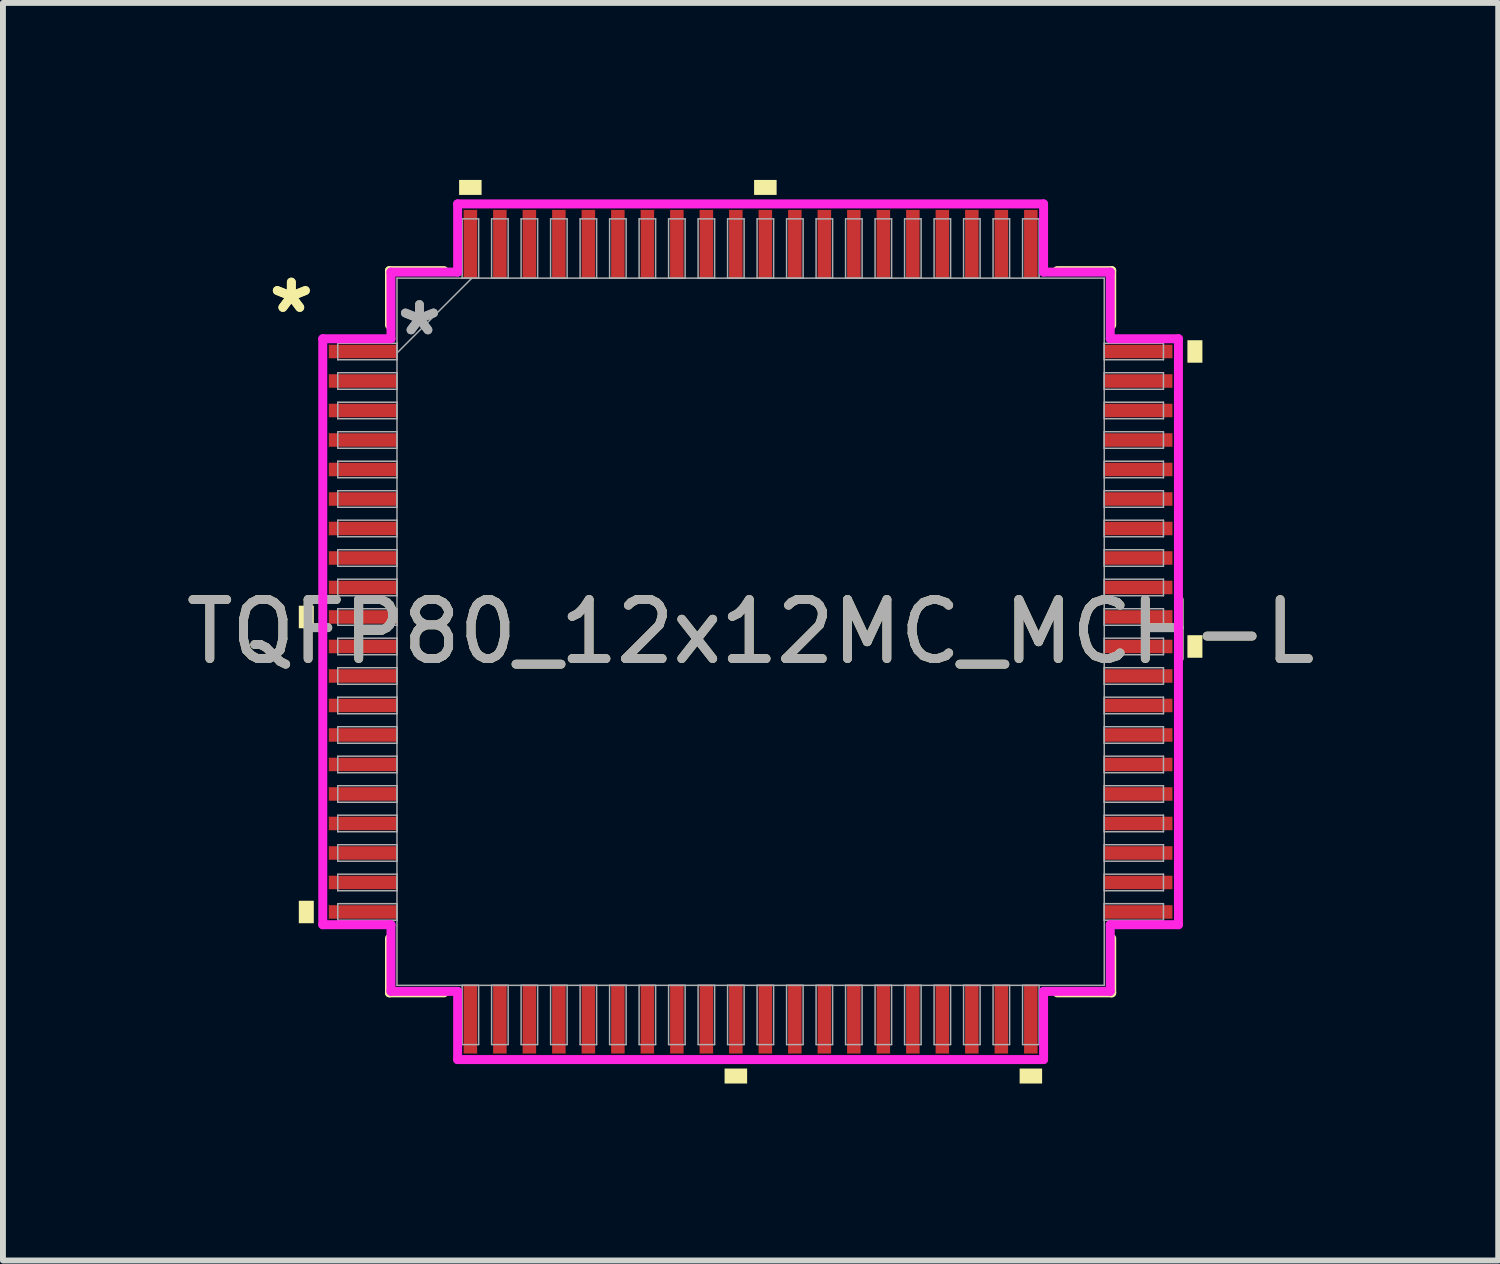
<source format=kicad_pcb>
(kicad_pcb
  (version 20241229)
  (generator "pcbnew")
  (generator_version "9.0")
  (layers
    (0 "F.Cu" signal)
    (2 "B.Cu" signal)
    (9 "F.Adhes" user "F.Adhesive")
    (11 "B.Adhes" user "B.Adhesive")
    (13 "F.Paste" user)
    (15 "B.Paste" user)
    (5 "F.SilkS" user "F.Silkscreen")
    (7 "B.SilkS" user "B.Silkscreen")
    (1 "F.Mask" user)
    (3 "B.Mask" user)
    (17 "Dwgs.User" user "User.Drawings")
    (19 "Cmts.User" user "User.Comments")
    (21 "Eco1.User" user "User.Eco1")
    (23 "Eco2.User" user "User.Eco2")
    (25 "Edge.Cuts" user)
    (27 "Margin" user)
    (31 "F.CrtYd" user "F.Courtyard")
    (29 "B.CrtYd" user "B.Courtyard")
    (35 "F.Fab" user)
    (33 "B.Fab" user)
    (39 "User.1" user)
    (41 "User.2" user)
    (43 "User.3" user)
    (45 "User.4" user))
  (footprint "TQFP80_12x12MC_MCH-L"
    (layer "F.Cu")
    (at 9.673 7.658)
    (property "Reference" "TQFP80_12x12MC_MCH-L" (at 0 0 0) (unlocked yes) (layer "F.SilkS") (effects (font (size 1 1) (thickness 0.15))))
    (attr smd)
    (fp_line (start -6.121 -6.121) (end -6.121 -5.197) (stroke (width 0.152) (type solid)) (layer "F.SilkS"))
    (fp_line (start -6.121 5.197) (end -6.121 6.121) (stroke (width 0.152) (type solid)) (layer "F.SilkS"))
    (fp_line (start -6.121 6.121) (end -5.197 6.121) (stroke (width 0.152) (type solid)) (layer "F.SilkS"))
    (fp_line (start -5.197 -6.121) (end -6.121 -6.121) (stroke (width 0.152) (type solid)) (layer "F.SilkS"))
    (fp_line (start 5.197 6.121) (end 6.121 6.121) (stroke (width 0.152) (type solid)) (layer "F.SilkS"))
    (fp_line (start 6.121 -6.121) (end 5.197 -6.121) (stroke (width 0.152) (type solid)) (layer "F.SilkS"))
    (fp_line (start 6.121 -5.197) (end 6.121 -6.121) (stroke (width 0.152) (type solid)) (layer "F.SilkS"))
    (fp_line (start 6.121 6.121) (end 6.121 5.197) (stroke (width 0.152) (type solid)) (layer "F.SilkS"))
    (fp_poly (pts (xy -7.658 -0.441) (xy -7.658 -0.059) (xy -7.404 -0.059) (xy -7.404 -0.441)) (stroke (width 0) (type solid)) (fill yes) (layer "F.SilkS"))
    (fp_poly (pts (xy -7.658 4.56) (xy -7.658 4.941) (xy -7.404 4.941) (xy -7.404 4.56)) (stroke (width 0) (type solid)) (fill yes) (layer "F.SilkS"))
    (fp_poly (pts (xy -4.941 -7.404) (xy -4.941 -7.658) (xy -4.56 -7.658) (xy -4.56 -7.404)) (stroke (width 0) (type solid)) (fill yes) (layer "F.SilkS"))
    (fp_poly (pts (xy -0.441 7.404) (xy -0.441 7.658) (xy -0.059 7.658) (xy -0.059 7.404)) (stroke (width 0) (type solid)) (fill yes) (layer "F.SilkS"))
    (fp_poly (pts (xy 0.059 -7.404) (xy 0.059 -7.658) (xy 0.441 -7.658) (xy 0.441 -7.404)) (stroke (width 0) (type solid)) (fill yes) (layer "F.SilkS"))
    (fp_poly (pts (xy 4.56 7.404) (xy 4.56 7.658) (xy 4.941 7.658) (xy 4.941 7.404)) (stroke (width 0) (type solid)) (fill yes) (layer "F.SilkS"))
    (fp_poly (pts (xy 7.658 -4.941) (xy 7.658 -4.56) (xy 7.404 -4.56) (xy 7.404 -4.941)) (stroke (width 0) (type solid)) (fill yes) (layer "F.SilkS"))
    (fp_poly (pts (xy 7.658 0.059) (xy 7.658 0.441) (xy 7.404 0.441) (xy 7.404 0.059)) (stroke (width 0) (type solid)) (fill yes) (layer "F.SilkS"))
    (fp_line (start -7.252 -4.966) (end -6.096 -4.966) (stroke (width 0.152) (type solid)) (layer "F.CrtYd"))
    (fp_line (start -7.252 4.966) (end -7.252 -4.966) (stroke (width 0.152) (type solid)) (layer "F.CrtYd"))
    (fp_line (start -6.096 -6.096) (end -4.966 -6.096) (stroke (width 0.152) (type solid)) (layer "F.CrtYd"))
    (fp_line (start -6.096 -4.966) (end -6.096 -6.096) (stroke (width 0.152) (type solid)) (layer "F.CrtYd"))
    (fp_line (start -6.096 4.966) (end -7.252 4.966) (stroke (width 0.152) (type solid)) (layer "F.CrtYd"))
    (fp_line (start -6.096 6.096) (end -6.096 4.966) (stroke (width 0.152) (type solid)) (layer "F.CrtYd"))
    (fp_line (start -6.096 6.096) (end -4.966 6.096) (stroke (width 0.152) (type solid)) (layer "F.CrtYd"))
    (fp_line (start -4.966 -7.252) (end 4.966 -7.252) (stroke (width 0.152) (type solid)) (layer "F.CrtYd"))
    (fp_line (start -4.966 -6.096) (end -4.966 -7.252) (stroke (width 0.152) (type solid)) (layer "F.CrtYd"))
    (fp_line (start -4.966 6.096) (end -4.966 7.252) (stroke (width 0.152) (type solid)) (layer "F.CrtYd"))
    (fp_line (start -4.966 7.252) (end 4.966 7.252) (stroke (width 0.152) (type solid)) (layer "F.CrtYd"))
    (fp_line (start 4.966 -7.252) (end 4.966 -6.096) (stroke (width 0.152) (type solid)) (layer "F.CrtYd"))
    (fp_line (start 4.966 -6.096) (end 6.096 -6.096) (stroke (width 0.152) (type solid)) (layer "F.CrtYd"))
    (fp_line (start 4.966 6.096) (end 6.096 6.096) (stroke (width 0.152) (type solid)) (layer "F.CrtYd"))
    (fp_line (start 4.966 7.252) (end 4.966 6.096) (stroke (width 0.152) (type solid)) (layer "F.CrtYd"))
    (fp_line (start 6.096 -4.966) (end 6.096 -6.096) (stroke (width 0.152) (type solid)) (layer "F.CrtYd"))
    (fp_line (start 6.096 4.966) (end 7.252 4.966) (stroke (width 0.152) (type solid)) (layer "F.CrtYd"))
    (fp_line (start 6.096 6.096) (end 6.096 4.966) (stroke (width 0.152) (type solid)) (layer "F.CrtYd"))
    (fp_line (start 7.252 -4.966) (end 6.096 -4.966) (stroke (width 0.152) (type solid)) (layer "F.CrtYd"))
    (fp_line (start 7.252 4.966) (end 7.252 -4.966) (stroke (width 0.152) (type solid)) (layer "F.CrtYd"))
    (fp_line (start -6.998 -4.89) (end -6.998 -4.61) (stroke (width 0.025) (type solid)) (layer "F.Fab"))
    (fp_line (start -6.998 -4.61) (end -5.994 -4.61) (stroke (width 0.025) (type solid)) (layer "F.Fab"))
    (fp_line (start -6.998 -4.39) (end -6.998 -4.11) (stroke (width 0.025) (type solid)) (layer "F.Fab"))
    (fp_line (start -6.998 -4.11) (end -5.994 -4.11) (stroke (width 0.025) (type solid)) (layer "F.Fab"))
    (fp_line (start -6.998 -3.89) (end -6.998 -3.61) (stroke (width 0.025) (type solid)) (layer "F.Fab"))
    (fp_line (start -6.998 -3.61) (end -5.994 -3.61) (stroke (width 0.025) (type solid)) (layer "F.Fab"))
    (fp_line (start -6.998 -3.39) (end -6.998 -3.11) (stroke (width 0.025) (type solid)) (layer "F.Fab"))
    (fp_line (start -6.998 -3.11) (end -5.994 -3.11) (stroke (width 0.025) (type solid)) (layer "F.Fab"))
    (fp_line (start -6.998 -2.89) (end -6.998 -2.61) (stroke (width 0.025) (type solid)) (layer "F.Fab"))
    (fp_line (start -6.998 -2.61) (end -5.994 -2.61) (stroke (width 0.025) (type solid)) (layer "F.Fab"))
    (fp_line (start -6.998 -2.39) (end -6.998 -2.11) (stroke (width 0.025) (type solid)) (layer "F.Fab"))
    (fp_line (start -6.998 -2.11) (end -5.994 -2.11) (stroke (width 0.025) (type solid)) (layer "F.Fab"))
    (fp_line (start -6.998 -1.89) (end -6.998 -1.61) (stroke (width 0.025) (type solid)) (layer "F.Fab"))
    (fp_line (start -6.998 -1.61) (end -5.994 -1.61) (stroke (width 0.025) (type solid)) (layer "F.Fab"))
    (fp_line (start -6.998 -1.39) (end -6.998 -1.11) (stroke (width 0.025) (type solid)) (layer "F.Fab"))
    (fp_line (start -6.998 -1.11) (end -5.994 -1.11) (stroke (width 0.025) (type solid)) (layer "F.Fab"))
    (fp_line (start -6.998 -0.89) (end -6.998 -0.61) (stroke (width 0.025) (type solid)) (layer "F.Fab"))
    (fp_line (start -6.998 -0.61) (end -5.994 -0.61) (stroke (width 0.025) (type solid)) (layer "F.Fab"))
    (fp_line (start -6.998 -0.39) (end -6.998 -0.11) (stroke (width 0.025) (type solid)) (layer "F.Fab"))
    (fp_line (start -6.998 -0.11) (end -5.994 -0.11) (stroke (width 0.025) (type solid)) (layer "F.Fab"))
    (fp_line (start -6.998 0.11) (end -6.998 0.39) (stroke (width 0.025) (type solid)) (layer "F.Fab"))
    (fp_line (start -6.998 0.39) (end -5.994 0.39) (stroke (width 0.025) (type solid)) (layer "F.Fab"))
    (fp_line (start -6.998 0.61) (end -6.998 0.89) (stroke (width 0.025) (type solid)) (layer "F.Fab"))
    (fp_line (start -6.998 0.89) (end -5.994 0.89) (stroke (width 0.025) (type solid)) (layer "F.Fab"))
    (fp_line (start -6.998 1.11) (end -6.998 1.39) (stroke (width 0.025) (type solid)) (layer "F.Fab"))
    (fp_line (start -6.998 1.39) (end -5.994 1.39) (stroke (width 0.025) (type solid)) (layer "F.Fab"))
    (fp_line (start -6.998 1.61) (end -6.998 1.89) (stroke (width 0.025) (type solid)) (layer "F.Fab"))
    (fp_line (start -6.998 1.89) (end -5.994 1.89) (stroke (width 0.025) (type solid)) (layer "F.Fab"))
    (fp_line (start -6.998 2.11) (end -6.998 2.39) (stroke (width 0.025) (type solid)) (layer "F.Fab"))
    (fp_line (start -6.998 2.39) (end -5.994 2.39) (stroke (width 0.025) (type solid)) (layer "F.Fab"))
    (fp_line (start -6.998 2.61) (end -6.998 2.89) (stroke (width 0.025) (type solid)) (layer "F.Fab"))
    (fp_line (start -6.998 2.89) (end -5.994 2.89) (stroke (width 0.025) (type solid)) (layer "F.Fab"))
    (fp_line (start -6.998 3.11) (end -6.998 3.39) (stroke (width 0.025) (type solid)) (layer "F.Fab"))
    (fp_line (start -6.998 3.39) (end -5.994 3.39) (stroke (width 0.025) (type solid)) (layer "F.Fab"))
    (fp_line (start -6.998 3.61) (end -6.998 3.89) (stroke (width 0.025) (type solid)) (layer "F.Fab"))
    (fp_line (start -6.998 3.89) (end -5.994 3.89) (stroke (width 0.025) (type solid)) (layer "F.Fab"))
    (fp_line (start -6.998 4.11) (end -6.998 4.39) (stroke (width 0.025) (type solid)) (layer "F.Fab"))
    (fp_line (start -6.998 4.39) (end -5.994 4.39) (stroke (width 0.025) (type solid)) (layer "F.Fab"))
    (fp_line (start -6.998 4.61) (end -6.998 4.89) (stroke (width 0.025) (type solid)) (layer "F.Fab"))
    (fp_line (start -6.998 4.89) (end -5.994 4.89) (stroke (width 0.025) (type solid)) (layer "F.Fab"))
    (fp_line (start -5.994 -5.994) (end -5.994 5.994) (stroke (width 0.025) (type solid)) (layer "F.Fab"))
    (fp_line (start -5.994 -4.89) (end -6.998 -4.89) (stroke (width 0.025) (type solid)) (layer "F.Fab"))
    (fp_line (start -5.994 -4.724) (end -4.724 -5.994) (stroke (width 0.025) (type solid)) (layer "F.Fab"))
    (fp_line (start -5.994 -4.61) (end -5.994 -4.89) (stroke (width 0.025) (type solid)) (layer "F.Fab"))
    (fp_line (start -5.994 -4.39) (end -6.998 -4.39) (stroke (width 0.025) (type solid)) (layer "F.Fab"))
    (fp_line (start -5.994 -4.11) (end -5.994 -4.39) (stroke (width 0.025) (type solid)) (layer "F.Fab"))
    (fp_line (start -5.994 -3.89) (end -6.998 -3.89) (stroke (width 0.025) (type solid)) (layer "F.Fab"))
    (fp_line (start -5.994 -3.61) (end -5.994 -3.89) (stroke (width 0.025) (type solid)) (layer "F.Fab"))
    (fp_line (start -5.994 -3.39) (end -6.998 -3.39) (stroke (width 0.025) (type solid)) (layer "F.Fab"))
    (fp_line (start -5.994 -3.11) (end -5.994 -3.39) (stroke (width 0.025) (type solid)) (layer "F.Fab"))
    (fp_line (start -5.994 -2.89) (end -6.998 -2.89) (stroke (width 0.025) (type solid)) (layer "F.Fab"))
    (fp_line (start -5.994 -2.61) (end -5.994 -2.89) (stroke (width 0.025) (type solid)) (layer "F.Fab"))
    (fp_line (start -5.994 -2.39) (end -6.998 -2.39) (stroke (width 0.025) (type solid)) (layer "F.Fab"))
    (fp_line (start -5.994 -2.11) (end -5.994 -2.39) (stroke (width 0.025) (type solid)) (layer "F.Fab"))
    (fp_line (start -5.994 -1.89) (end -6.998 -1.89) (stroke (width 0.025) (type solid)) (layer "F.Fab"))
    (fp_line (start -5.994 -1.61) (end -5.994 -1.89) (stroke (width 0.025) (type solid)) (layer "F.Fab"))
    (fp_line (start -5.994 -1.39) (end -6.998 -1.39) (stroke (width 0.025) (type solid)) (layer "F.Fab"))
    (fp_line (start -5.994 -1.11) (end -5.994 -1.39) (stroke (width 0.025) (type solid)) (layer "F.Fab"))
    (fp_line (start -5.994 -0.89) (end -6.998 -0.89) (stroke (width 0.025) (type solid)) (layer "F.Fab"))
    (fp_line (start -5.994 -0.61) (end -5.994 -0.89) (stroke (width 0.025) (type solid)) (layer "F.Fab"))
    (fp_line (start -5.994 -0.39) (end -6.998 -0.39) (stroke (width 0.025) (type solid)) (layer "F.Fab"))
    (fp_line (start -5.994 -0.11) (end -5.994 -0.39) (stroke (width 0.025) (type solid)) (layer "F.Fab"))
    (fp_line (start -5.994 0.11) (end -6.998 0.11) (stroke (width 0.025) (type solid)) (layer "F.Fab"))
    (fp_line (start -5.994 0.39) (end -5.994 0.11) (stroke (width 0.025) (type solid)) (layer "F.Fab"))
    (fp_line (start -5.994 0.61) (end -6.998 0.61) (stroke (width 0.025) (type solid)) (layer "F.Fab"))
    (fp_line (start -5.994 0.89) (end -5.994 0.61) (stroke (width 0.025) (type solid)) (layer "F.Fab"))
    (fp_line (start -5.994 1.11) (end -6.998 1.11) (stroke (width 0.025) (type solid)) (layer "F.Fab"))
    (fp_line (start -5.994 1.39) (end -5.994 1.11) (stroke (width 0.025) (type solid)) (layer "F.Fab"))
    (fp_line (start -5.994 1.61) (end -6.998 1.61) (stroke (width 0.025) (type solid)) (layer "F.Fab"))
    (fp_line (start -5.994 1.89) (end -5.994 1.61) (stroke (width 0.025) (type solid)) (layer "F.Fab"))
    (fp_line (start -5.994 2.11) (end -6.998 2.11) (stroke (width 0.025) (type solid)) (layer "F.Fab"))
    (fp_line (start -5.994 2.39) (end -5.994 2.11) (stroke (width 0.025) (type solid)) (layer "F.Fab"))
    (fp_line (start -5.994 2.61) (end -6.998 2.61) (stroke (width 0.025) (type solid)) (layer "F.Fab"))
    (fp_line (start -5.994 2.89) (end -5.994 2.61) (stroke (width 0.025) (type solid)) (layer "F.Fab"))
    (fp_line (start -5.994 3.11) (end -6.998 3.11) (stroke (width 0.025) (type solid)) (layer "F.Fab"))
    (fp_line (start -5.994 3.39) (end -5.994 3.11) (stroke (width 0.025) (type solid)) (layer "F.Fab"))
    (fp_line (start -5.994 3.61) (end -6.998 3.61) (stroke (width 0.025) (type solid)) (layer "F.Fab"))
    (fp_line (start -5.994 3.89) (end -5.994 3.61) (stroke (width 0.025) (type solid)) (layer "F.Fab"))
    (fp_line (start -5.994 4.11) (end -6.998 4.11) (stroke (width 0.025) (type solid)) (layer "F.Fab"))
    (fp_line (start -5.994 4.39) (end -5.994 4.11) (stroke (width 0.025) (type solid)) (layer "F.Fab"))
    (fp_line (start -5.994 4.61) (end -6.998 4.61) (stroke (width 0.025) (type solid)) (layer "F.Fab"))
    (fp_line (start -5.994 4.89) (end -5.994 4.61) (stroke (width 0.025) (type solid)) (layer "F.Fab"))
    (fp_line (start -5.994 5.994) (end 5.994 5.994) (stroke (width 0.025) (type solid)) (layer "F.Fab"))
    (fp_line (start -4.89 -6.998) (end -4.89 -5.994) (stroke (width 0.025) (type solid)) (layer "F.Fab"))
    (fp_line (start -4.89 -5.994) (end -4.61 -5.994) (stroke (width 0.025) (type solid)) (layer "F.Fab"))
    (fp_line (start -4.89 5.994) (end -4.89 6.998) (stroke (width 0.025) (type solid)) (layer "F.Fab"))
    (fp_line (start -4.89 6.998) (end -4.61 6.998) (stroke (width 0.025) (type solid)) (layer "F.Fab"))
    (fp_line (start -4.61 -6.998) (end -4.89 -6.998) (stroke (width 0.025) (type solid)) (layer "F.Fab"))
    (fp_line (start -4.61 -5.994) (end -4.61 -6.998) (stroke (width 0.025) (type solid)) (layer "F.Fab"))
    (fp_line (start -4.61 5.994) (end -4.89 5.994) (stroke (width 0.025) (type solid)) (layer "F.Fab"))
    (fp_line (start -4.61 6.998) (end -4.61 5.994) (stroke (width 0.025) (type solid)) (layer "F.Fab"))
    (fp_line (start -4.39 -6.998) (end -4.39 -5.994) (stroke (width 0.025) (type solid)) (layer "F.Fab"))
    (fp_line (start -4.39 -5.994) (end -4.11 -5.994) (stroke (width 0.025) (type solid)) (layer "F.Fab"))
    (fp_line (start -4.39 5.994) (end -4.39 6.998) (stroke (width 0.025) (type solid)) (layer "F.Fab"))
    (fp_line (start -4.39 6.998) (end -4.11 6.998) (stroke (width 0.025) (type solid)) (layer "F.Fab"))
    (fp_line (start -4.11 -6.998) (end -4.39 -6.998) (stroke (width 0.025) (type solid)) (layer "F.Fab"))
    (fp_line (start -4.11 -5.994) (end -4.11 -6.998) (stroke (width 0.025) (type solid)) (layer "F.Fab"))
    (fp_line (start -4.11 5.994) (end -4.39 5.994) (stroke (width 0.025) (type solid)) (layer "F.Fab"))
    (fp_line (start -4.11 6.998) (end -4.11 5.994) (stroke (width 0.025) (type solid)) (layer "F.Fab"))
    (fp_line (start -3.89 -6.998) (end -3.89 -5.994) (stroke (width 0.025) (type solid)) (layer "F.Fab"))
    (fp_line (start -3.89 -5.994) (end -3.61 -5.994) (stroke (width 0.025) (type solid)) (layer "F.Fab"))
    (fp_line (start -3.89 5.994) (end -3.89 6.998) (stroke (width 0.025) (type solid)) (layer "F.Fab"))
    (fp_line (start -3.89 6.998) (end -3.61 6.998) (stroke (width 0.025) (type solid)) (layer "F.Fab"))
    (fp_line (start -3.61 -6.998) (end -3.89 -6.998) (stroke (width 0.025) (type solid)) (layer "F.Fab"))
    (fp_line (start -3.61 -5.994) (end -3.61 -6.998) (stroke (width 0.025) (type solid)) (layer "F.Fab"))
    (fp_line (start -3.61 5.994) (end -3.89 5.994) (stroke (width 0.025) (type solid)) (layer "F.Fab"))
    (fp_line (start -3.61 6.998) (end -3.61 5.994) (stroke (width 0.025) (type solid)) (layer "F.Fab"))
    (fp_line (start -3.39 -6.998) (end -3.39 -5.994) (stroke (width 0.025) (type solid)) (layer "F.Fab"))
    (fp_line (start -3.39 -5.994) (end -3.11 -5.994) (stroke (width 0.025) (type solid)) (layer "F.Fab"))
    (fp_line (start -3.39 5.994) (end -3.39 6.998) (stroke (width 0.025) (type solid)) (layer "F.Fab"))
    (fp_line (start -3.39 6.998) (end -3.11 6.998) (stroke (width 0.025) (type solid)) (layer "F.Fab"))
    (fp_line (start -3.11 -6.998) (end -3.39 -6.998) (stroke (width 0.025) (type solid)) (layer "F.Fab"))
    (fp_line (start -3.11 -5.994) (end -3.11 -6.998) (stroke (width 0.025) (type solid)) (layer "F.Fab"))
    (fp_line (start -3.11 5.994) (end -3.39 5.994) (stroke (width 0.025) (type solid)) (layer "F.Fab"))
    (fp_line (start -3.11 6.998) (end -3.11 5.994) (stroke (width 0.025) (type solid)) (layer "F.Fab"))
    (fp_line (start -2.89 -6.998) (end -2.89 -5.994) (stroke (width 0.025) (type solid)) (layer "F.Fab"))
    (fp_line (start -2.89 -5.994) (end -2.61 -5.994) (stroke (width 0.025) (type solid)) (layer "F.Fab"))
    (fp_line (start -2.89 5.994) (end -2.89 6.998) (stroke (width 0.025) (type solid)) (layer "F.Fab"))
    (fp_line (start -2.89 6.998) (end -2.61 6.998) (stroke (width 0.025) (type solid)) (layer "F.Fab"))
    (fp_line (start -2.61 -6.998) (end -2.89 -6.998) (stroke (width 0.025) (type solid)) (layer "F.Fab"))
    (fp_line (start -2.61 -5.994) (end -2.61 -6.998) (stroke (width 0.025) (type solid)) (layer "F.Fab"))
    (fp_line (start -2.61 5.994) (end -2.89 5.994) (stroke (width 0.025) (type solid)) (layer "F.Fab"))
    (fp_line (start -2.61 6.998) (end -2.61 5.994) (stroke (width 0.025) (type solid)) (layer "F.Fab"))
    (fp_line (start -2.39 -6.998) (end -2.39 -5.994) (stroke (width 0.025) (type solid)) (layer "F.Fab"))
    (fp_line (start -2.39 -5.994) (end -2.11 -5.994) (stroke (width 0.025) (type solid)) (layer "F.Fab"))
    (fp_line (start -2.39 5.994) (end -2.39 6.998) (stroke (width 0.025) (type solid)) (layer "F.Fab"))
    (fp_line (start -2.39 6.998) (end -2.11 6.998) (stroke (width 0.025) (type solid)) (layer "F.Fab"))
    (fp_line (start -2.11 -6.998) (end -2.39 -6.998) (stroke (width 0.025) (type solid)) (layer "F.Fab"))
    (fp_line (start -2.11 -5.994) (end -2.11 -6.998) (stroke (width 0.025) (type solid)) (layer "F.Fab"))
    (fp_line (start -2.11 5.994) (end -2.39 5.994) (stroke (width 0.025) (type solid)) (layer "F.Fab"))
    (fp_line (start -2.11 6.998) (end -2.11 5.994) (stroke (width 0.025) (type solid)) (layer "F.Fab"))
    (fp_line (start -1.89 -6.998) (end -1.89 -5.994) (stroke (width 0.025) (type solid)) (layer "F.Fab"))
    (fp_line (start -1.89 -5.994) (end -1.61 -5.994) (stroke (width 0.025) (type solid)) (layer "F.Fab"))
    (fp_line (start -1.89 5.994) (end -1.89 6.998) (stroke (width 0.025) (type solid)) (layer "F.Fab"))
    (fp_line (start -1.89 6.998) (end -1.61 6.998) (stroke (width 0.025) (type solid)) (layer "F.Fab"))
    (fp_line (start -1.61 -6.998) (end -1.89 -6.998) (stroke (width 0.025) (type solid)) (layer "F.Fab"))
    (fp_line (start -1.61 -5.994) (end -1.61 -6.998) (stroke (width 0.025) (type solid)) (layer "F.Fab"))
    (fp_line (start -1.61 5.994) (end -1.89 5.994) (stroke (width 0.025) (type solid)) (layer "F.Fab"))
    (fp_line (start -1.61 6.998) (end -1.61 5.994) (stroke (width 0.025) (type solid)) (layer "F.Fab"))
    (fp_line (start -1.39 -6.998) (end -1.39 -5.994) (stroke (width 0.025) (type solid)) (layer "F.Fab"))
    (fp_line (start -1.39 -5.994) (end -1.11 -5.994) (stroke (width 0.025) (type solid)) (layer "F.Fab"))
    (fp_line (start -1.39 5.994) (end -1.39 6.998) (stroke (width 0.025) (type solid)) (layer "F.Fab"))
    (fp_line (start -1.39 6.998) (end -1.11 6.998) (stroke (width 0.025) (type solid)) (layer "F.Fab"))
    (fp_line (start -1.11 -6.998) (end -1.39 -6.998) (stroke (width 0.025) (type solid)) (layer "F.Fab"))
    (fp_line (start -1.11 -5.994) (end -1.11 -6.998) (stroke (width 0.025) (type solid)) (layer "F.Fab"))
    (fp_line (start -1.11 5.994) (end -1.39 5.994) (stroke (width 0.025) (type solid)) (layer "F.Fab"))
    (fp_line (start -1.11 6.998) (end -1.11 5.994) (stroke (width 0.025) (type solid)) (layer "F.Fab"))
    (fp_line (start -0.89 -6.998) (end -0.89 -5.994) (stroke (width 0.025) (type solid)) (layer "F.Fab"))
    (fp_line (start -0.89 -5.994) (end -0.61 -5.994) (stroke (width 0.025) (type solid)) (layer "F.Fab"))
    (fp_line (start -0.89 5.994) (end -0.89 6.998) (stroke (width 0.025) (type solid)) (layer "F.Fab"))
    (fp_line (start -0.89 6.998) (end -0.61 6.998) (stroke (width 0.025) (type solid)) (layer "F.Fab"))
    (fp_line (start -0.61 -6.998) (end -0.89 -6.998) (stroke (width 0.025) (type solid)) (layer "F.Fab"))
    (fp_line (start -0.61 -5.994) (end -0.61 -6.998) (stroke (width 0.025) (type solid)) (layer "F.Fab"))
    (fp_line (start -0.61 5.994) (end -0.89 5.994) (stroke (width 0.025) (type solid)) (layer "F.Fab"))
    (fp_line (start -0.61 6.998) (end -0.61 5.994) (stroke (width 0.025) (type solid)) (layer "F.Fab"))
    (fp_line (start -0.39 -6.998) (end -0.39 -5.994) (stroke (width 0.025) (type solid)) (layer "F.Fab"))
    (fp_line (start -0.39 -5.994) (end -0.11 -5.994) (stroke (width 0.025) (type solid)) (layer "F.Fab"))
    (fp_line (start -0.39 5.994) (end -0.39 6.998) (stroke (width 0.025) (type solid)) (layer "F.Fab"))
    (fp_line (start -0.39 6.998) (end -0.11 6.998) (stroke (width 0.025) (type solid)) (layer "F.Fab"))
    (fp_line (start -0.11 -6.998) (end -0.39 -6.998) (stroke (width 0.025) (type solid)) (layer "F.Fab"))
    (fp_line (start -0.11 -5.994) (end -0.11 -6.998) (stroke (width 0.025) (type solid)) (layer "F.Fab"))
    (fp_line (start -0.11 5.994) (end -0.39 5.994) (stroke (width 0.025) (type solid)) (layer "F.Fab"))
    (fp_line (start -0.11 6.998) (end -0.11 5.994) (stroke (width 0.025) (type solid)) (layer "F.Fab"))
    (fp_line (start 0.11 -6.998) (end 0.11 -5.994) (stroke (width 0.025) (type solid)) (layer "F.Fab"))
    (fp_line (start 0.11 -5.994) (end 0.39 -5.994) (stroke (width 0.025) (type solid)) (layer "F.Fab"))
    (fp_line (start 0.11 5.994) (end 0.11 6.998) (stroke (width 0.025) (type solid)) (layer "F.Fab"))
    (fp_line (start 0.11 6.998) (end 0.39 6.998) (stroke (width 0.025) (type solid)) (layer "F.Fab"))
    (fp_line (start 0.39 -6.998) (end 0.11 -6.998) (stroke (width 0.025) (type solid)) (layer "F.Fab"))
    (fp_line (start 0.39 -5.994) (end 0.39 -6.998) (stroke (width 0.025) (type solid)) (layer "F.Fab"))
    (fp_line (start 0.39 5.994) (end 0.11 5.994) (stroke (width 0.025) (type solid)) (layer "F.Fab"))
    (fp_line (start 0.39 6.998) (end 0.39 5.994) (stroke (width 0.025) (type solid)) (layer "F.Fab"))
    (fp_line (start 0.61 -6.998) (end 0.61 -5.994) (stroke (width 0.025) (type solid)) (layer "F.Fab"))
    (fp_line (start 0.61 -5.994) (end 0.89 -5.994) (stroke (width 0.025) (type solid)) (layer "F.Fab"))
    (fp_line (start 0.61 5.994) (end 0.61 6.998) (stroke (width 0.025) (type solid)) (layer "F.Fab"))
    (fp_line (start 0.61 6.998) (end 0.89 6.998) (stroke (width 0.025) (type solid)) (layer "F.Fab"))
    (fp_line (start 0.89 -6.998) (end 0.61 -6.998) (stroke (width 0.025) (type solid)) (layer "F.Fab"))
    (fp_line (start 0.89 -5.994) (end 0.89 -6.998) (stroke (width 0.025) (type solid)) (layer "F.Fab"))
    (fp_line (start 0.89 5.994) (end 0.61 5.994) (stroke (width 0.025) (type solid)) (layer "F.Fab"))
    (fp_line (start 0.89 6.998) (end 0.89 5.994) (stroke (width 0.025) (type solid)) (layer "F.Fab"))
    (fp_line (start 1.11 -6.998) (end 1.11 -5.994) (stroke (width 0.025) (type solid)) (layer "F.Fab"))
    (fp_line (start 1.11 -5.994) (end 1.39 -5.994) (stroke (width 0.025) (type solid)) (layer "F.Fab"))
    (fp_line (start 1.11 5.994) (end 1.11 6.998) (stroke (width 0.025) (type solid)) (layer "F.Fab"))
    (fp_line (start 1.11 6.998) (end 1.39 6.998) (stroke (width 0.025) (type solid)) (layer "F.Fab"))
    (fp_line (start 1.39 -6.998) (end 1.11 -6.998) (stroke (width 0.025) (type solid)) (layer "F.Fab"))
    (fp_line (start 1.39 -5.994) (end 1.39 -6.998) (stroke (width 0.025) (type solid)) (layer "F.Fab"))
    (fp_line (start 1.39 5.994) (end 1.11 5.994) (stroke (width 0.025) (type solid)) (layer "F.Fab"))
    (fp_line (start 1.39 6.998) (end 1.39 5.994) (stroke (width 0.025) (type solid)) (layer "F.Fab"))
    (fp_line (start 1.61 -6.998) (end 1.61 -5.994) (stroke (width 0.025) (type solid)) (layer "F.Fab"))
    (fp_line (start 1.61 -5.994) (end 1.89 -5.994) (stroke (width 0.025) (type solid)) (layer "F.Fab"))
    (fp_line (start 1.61 5.994) (end 1.61 6.998) (stroke (width 0.025) (type solid)) (layer "F.Fab"))
    (fp_line (start 1.61 6.998) (end 1.89 6.998) (stroke (width 0.025) (type solid)) (layer "F.Fab"))
    (fp_line (start 1.89 -6.998) (end 1.61 -6.998) (stroke (width 0.025) (type solid)) (layer "F.Fab"))
    (fp_line (start 1.89 -5.994) (end 1.89 -6.998) (stroke (width 0.025) (type solid)) (layer "F.Fab"))
    (fp_line (start 1.89 5.994) (end 1.61 5.994) (stroke (width 0.025) (type solid)) (layer "F.Fab"))
    (fp_line (start 1.89 6.998) (end 1.89 5.994) (stroke (width 0.025) (type solid)) (layer "F.Fab"))
    (fp_line (start 2.11 -6.998) (end 2.11 -5.994) (stroke (width 0.025) (type solid)) (layer "F.Fab"))
    (fp_line (start 2.11 -5.994) (end 2.39 -5.994) (stroke (width 0.025) (type solid)) (layer "F.Fab"))
    (fp_line (start 2.11 5.994) (end 2.11 6.998) (stroke (width 0.025) (type solid)) (layer "F.Fab"))
    (fp_line (start 2.11 6.998) (end 2.39 6.998) (stroke (width 0.025) (type solid)) (layer "F.Fab"))
    (fp_line (start 2.39 -6.998) (end 2.11 -6.998) (stroke (width 0.025) (type solid)) (layer "F.Fab"))
    (fp_line (start 2.39 -5.994) (end 2.39 -6.998) (stroke (width 0.025) (type solid)) (layer "F.Fab"))
    (fp_line (start 2.39 5.994) (end 2.11 5.994) (stroke (width 0.025) (type solid)) (layer "F.Fab"))
    (fp_line (start 2.39 6.998) (end 2.39 5.994) (stroke (width 0.025) (type solid)) (layer "F.Fab"))
    (fp_line (start 2.61 -6.998) (end 2.61 -5.994) (stroke (width 0.025) (type solid)) (layer "F.Fab"))
    (fp_line (start 2.61 -5.994) (end 2.89 -5.994) (stroke (width 0.025) (type solid)) (layer "F.Fab"))
    (fp_line (start 2.61 5.994) (end 2.61 6.998) (stroke (width 0.025) (type solid)) (layer "F.Fab"))
    (fp_line (start 2.61 6.998) (end 2.89 6.998) (stroke (width 0.025) (type solid)) (layer "F.Fab"))
    (fp_line (start 2.89 -6.998) (end 2.61 -6.998) (stroke (width 0.025) (type solid)) (layer "F.Fab"))
    (fp_line (start 2.89 -5.994) (end 2.89 -6.998) (stroke (width 0.025) (type solid)) (layer "F.Fab"))
    (fp_line (start 2.89 5.994) (end 2.61 5.994) (stroke (width 0.025) (type solid)) (layer "F.Fab"))
    (fp_line (start 2.89 6.998) (end 2.89 5.994) (stroke (width 0.025) (type solid)) (layer "F.Fab"))
    (fp_line (start 3.11 -6.998) (end 3.11 -5.994) (stroke (width 0.025) (type solid)) (layer "F.Fab"))
    (fp_line (start 3.11 -5.994) (end 3.39 -5.994) (stroke (width 0.025) (type solid)) (layer "F.Fab"))
    (fp_line (start 3.11 5.994) (end 3.11 6.998) (stroke (width 0.025) (type solid)) (layer "F.Fab"))
    (fp_line (start 3.11 6.998) (end 3.39 6.998) (stroke (width 0.025) (type solid)) (layer "F.Fab"))
    (fp_line (start 3.39 -6.998) (end 3.11 -6.998) (stroke (width 0.025) (type solid)) (layer "F.Fab"))
    (fp_line (start 3.39 -5.994) (end 3.39 -6.998) (stroke (width 0.025) (type solid)) (layer "F.Fab"))
    (fp_line (start 3.39 5.994) (end 3.11 5.994) (stroke (width 0.025) (type solid)) (layer "F.Fab"))
    (fp_line (start 3.39 6.998) (end 3.39 5.994) (stroke (width 0.025) (type solid)) (layer "F.Fab"))
    (fp_line (start 3.61 -6.998) (end 3.61 -5.994) (stroke (width 0.025) (type solid)) (layer "F.Fab"))
    (fp_line (start 3.61 -5.994) (end 3.89 -5.994) (stroke (width 0.025) (type solid)) (layer "F.Fab"))
    (fp_line (start 3.61 5.994) (end 3.61 6.998) (stroke (width 0.025) (type solid)) (layer "F.Fab"))
    (fp_line (start 3.61 6.998) (end 3.89 6.998) (stroke (width 0.025) (type solid)) (layer "F.Fab"))
    (fp_line (start 3.89 -6.998) (end 3.61 -6.998) (stroke (width 0.025) (type solid)) (layer "F.Fab"))
    (fp_line (start 3.89 -5.994) (end 3.89 -6.998) (stroke (width 0.025) (type solid)) (layer "F.Fab"))
    (fp_line (start 3.89 5.994) (end 3.61 5.994) (stroke (width 0.025) (type solid)) (layer "F.Fab"))
    (fp_line (start 3.89 6.998) (end 3.89 5.994) (stroke (width 0.025) (type solid)) (layer "F.Fab"))
    (fp_line (start 4.11 -6.998) (end 4.11 -5.994) (stroke (width 0.025) (type solid)) (layer "F.Fab"))
    (fp_line (start 4.11 -5.994) (end 4.39 -5.994) (stroke (width 0.025) (type solid)) (layer "F.Fab"))
    (fp_line (start 4.11 5.994) (end 4.11 6.998) (stroke (width 0.025) (type solid)) (layer "F.Fab"))
    (fp_line (start 4.11 6.998) (end 4.39 6.998) (stroke (width 0.025) (type solid)) (layer "F.Fab"))
    (fp_line (start 4.39 -6.998) (end 4.11 -6.998) (stroke (width 0.025) (type solid)) (layer "F.Fab"))
    (fp_line (start 4.39 -5.994) (end 4.39 -6.998) (stroke (width 0.025) (type solid)) (layer "F.Fab"))
    (fp_line (start 4.39 5.994) (end 4.11 5.994) (stroke (width 0.025) (type solid)) (layer "F.Fab"))
    (fp_line (start 4.39 6.998) (end 4.39 5.994) (stroke (width 0.025) (type solid)) (layer "F.Fab"))
    (fp_line (start 4.61 -6.998) (end 4.61 -5.994) (stroke (width 0.025) (type solid)) (layer "F.Fab"))
    (fp_line (start 4.61 -5.994) (end 4.89 -5.994) (stroke (width 0.025) (type solid)) (layer "F.Fab"))
    (fp_line (start 4.61 5.994) (end 4.61 6.998) (stroke (width 0.025) (type solid)) (layer "F.Fab"))
    (fp_line (start 4.61 6.998) (end 4.89 6.998) (stroke (width 0.025) (type solid)) (layer "F.Fab"))
    (fp_line (start 4.89 -6.998) (end 4.61 -6.998) (stroke (width 0.025) (type solid)) (layer "F.Fab"))
    (fp_line (start 4.89 -5.994) (end 4.89 -6.998) (stroke (width 0.025) (type solid)) (layer "F.Fab"))
    (fp_line (start 4.89 5.994) (end 4.61 5.994) (stroke (width 0.025) (type solid)) (layer "F.Fab"))
    (fp_line (start 4.89 6.998) (end 4.89 5.994) (stroke (width 0.025) (type solid)) (layer "F.Fab"))
    (fp_line (start 5.994 -5.994) (end -5.994 -5.994) (stroke (width 0.025) (type solid)) (layer "F.Fab"))
    (fp_line (start 5.994 -4.89) (end 5.994 -4.61) (stroke (width 0.025) (type solid)) (layer "F.Fab"))
    (fp_line (start 5.994 -4.61) (end 6.998 -4.61) (stroke (width 0.025) (type solid)) (layer "F.Fab"))
    (fp_line (start 5.994 -4.39) (end 5.994 -4.11) (stroke (width 0.025) (type solid)) (layer "F.Fab"))
    (fp_line (start 5.994 -4.11) (end 6.998 -4.11) (stroke (width 0.025) (type solid)) (layer "F.Fab"))
    (fp_line (start 5.994 -3.89) (end 5.994 -3.61) (stroke (width 0.025) (type solid)) (layer "F.Fab"))
    (fp_line (start 5.994 -3.61) (end 6.998 -3.61) (stroke (width 0.025) (type solid)) (layer "F.Fab"))
    (fp_line (start 5.994 -3.39) (end 5.994 -3.11) (stroke (width 0.025) (type solid)) (layer "F.Fab"))
    (fp_line (start 5.994 -3.11) (end 6.998 -3.11) (stroke (width 0.025) (type solid)) (layer "F.Fab"))
    (fp_line (start 5.994 -2.89) (end 5.994 -2.61) (stroke (width 0.025) (type solid)) (layer "F.Fab"))
    (fp_line (start 5.994 -2.61) (end 6.998 -2.61) (stroke (width 0.025) (type solid)) (layer "F.Fab"))
    (fp_line (start 5.994 -2.39) (end 5.994 -2.11) (stroke (width 0.025) (type solid)) (layer "F.Fab"))
    (fp_line (start 5.994 -2.11) (end 6.998 -2.11) (stroke (width 0.025) (type solid)) (layer "F.Fab"))
    (fp_line (start 5.994 -1.89) (end 5.994 -1.61) (stroke (width 0.025) (type solid)) (layer "F.Fab"))
    (fp_line (start 5.994 -1.61) (end 6.998 -1.61) (stroke (width 0.025) (type solid)) (layer "F.Fab"))
    (fp_line (start 5.994 -1.39) (end 5.994 -1.11) (stroke (width 0.025) (type solid)) (layer "F.Fab"))
    (fp_line (start 5.994 -1.11) (end 6.998 -1.11) (stroke (width 0.025) (type solid)) (layer "F.Fab"))
    (fp_line (start 5.994 -0.89) (end 5.994 -0.61) (stroke (width 0.025) (type solid)) (layer "F.Fab"))
    (fp_line (start 5.994 -0.61) (end 6.998 -0.61) (stroke (width 0.025) (type solid)) (layer "F.Fab"))
    (fp_line (start 5.994 -0.39) (end 5.994 -0.11) (stroke (width 0.025) (type solid)) (layer "F.Fab"))
    (fp_line (start 5.994 -0.11) (end 6.998 -0.11) (stroke (width 0.025) (type solid)) (layer "F.Fab"))
    (fp_line (start 5.994 0.11) (end 5.994 0.39) (stroke (width 0.025) (type solid)) (layer "F.Fab"))
    (fp_line (start 5.994 0.39) (end 6.998 0.39) (stroke (width 0.025) (type solid)) (layer "F.Fab"))
    (fp_line (start 5.994 0.61) (end 5.994 0.89) (stroke (width 0.025) (type solid)) (layer "F.Fab"))
    (fp_line (start 5.994 0.89) (end 6.998 0.89) (stroke (width 0.025) (type solid)) (layer "F.Fab"))
    (fp_line (start 5.994 1.11) (end 5.994 1.39) (stroke (width 0.025) (type solid)) (layer "F.Fab"))
    (fp_line (start 5.994 1.39) (end 6.998 1.39) (stroke (width 0.025) (type solid)) (layer "F.Fab"))
    (fp_line (start 5.994 1.61) (end 5.994 1.89) (stroke (width 0.025) (type solid)) (layer "F.Fab"))
    (fp_line (start 5.994 1.89) (end 6.998 1.89) (stroke (width 0.025) (type solid)) (layer "F.Fab"))
    (fp_line (start 5.994 2.11) (end 5.994 2.39) (stroke (width 0.025) (type solid)) (layer "F.Fab"))
    (fp_line (start 5.994 2.39) (end 6.998 2.39) (stroke (width 0.025) (type solid)) (layer "F.Fab"))
    (fp_line (start 5.994 2.61) (end 5.994 2.89) (stroke (width 0.025) (type solid)) (layer "F.Fab"))
    (fp_line (start 5.994 2.89) (end 6.998 2.89) (stroke (width 0.025) (type solid)) (layer "F.Fab"))
    (fp_line (start 5.994 3.11) (end 5.994 3.39) (stroke (width 0.025) (type solid)) (layer "F.Fab"))
    (fp_line (start 5.994 3.39) (end 6.998 3.39) (stroke (width 0.025) (type solid)) (layer "F.Fab"))
    (fp_line (start 5.994 3.61) (end 5.994 3.89) (stroke (width 0.025) (type solid)) (layer "F.Fab"))
    (fp_line (start 5.994 3.89) (end 6.998 3.89) (stroke (width 0.025) (type solid)) (layer "F.Fab"))
    (fp_line (start 5.994 4.11) (end 5.994 4.39) (stroke (width 0.025) (type solid)) (layer "F.Fab"))
    (fp_line (start 5.994 4.39) (end 6.998 4.39) (stroke (width 0.025) (type solid)) (layer "F.Fab"))
    (fp_line (start 5.994 4.61) (end 5.994 4.89) (stroke (width 0.025) (type solid)) (layer "F.Fab"))
    (fp_line (start 5.994 4.89) (end 6.998 4.89) (stroke (width 0.025) (type solid)) (layer "F.Fab"))
    (fp_line (start 5.994 5.994) (end 5.994 -5.994) (stroke (width 0.025) (type solid)) (layer "F.Fab"))
    (fp_line (start 6.998 -4.89) (end 5.994 -4.89) (stroke (width 0.025) (type solid)) (layer "F.Fab"))
    (fp_line (start 6.998 -4.61) (end 6.998 -4.89) (stroke (width 0.025) (type solid)) (layer "F.Fab"))
    (fp_line (start 6.998 -4.39) (end 5.994 -4.39) (stroke (width 0.025) (type solid)) (layer "F.Fab"))
    (fp_line (start 6.998 -4.11) (end 6.998 -4.39) (stroke (width 0.025) (type solid)) (layer "F.Fab"))
    (fp_line (start 6.998 -3.89) (end 5.994 -3.89) (stroke (width 0.025) (type solid)) (layer "F.Fab"))
    (fp_line (start 6.998 -3.61) (end 6.998 -3.89) (stroke (width 0.025) (type solid)) (layer "F.Fab"))
    (fp_line (start 6.998 -3.39) (end 5.994 -3.39) (stroke (width 0.025) (type solid)) (layer "F.Fab"))
    (fp_line (start 6.998 -3.11) (end 6.998 -3.39) (stroke (width 0.025) (type solid)) (layer "F.Fab"))
    (fp_line (start 6.998 -2.89) (end 5.994 -2.89) (stroke (width 0.025) (type solid)) (layer "F.Fab"))
    (fp_line (start 6.998 -2.61) (end 6.998 -2.89) (stroke (width 0.025) (type solid)) (layer "F.Fab"))
    (fp_line (start 6.998 -2.39) (end 5.994 -2.39) (stroke (width 0.025) (type solid)) (layer "F.Fab"))
    (fp_line (start 6.998 -2.11) (end 6.998 -2.39) (stroke (width 0.025) (type solid)) (layer "F.Fab"))
    (fp_line (start 6.998 -1.89) (end 5.994 -1.89) (stroke (width 0.025) (type solid)) (layer "F.Fab"))
    (fp_line (start 6.998 -1.61) (end 6.998 -1.89) (stroke (width 0.025) (type solid)) (layer "F.Fab"))
    (fp_line (start 6.998 -1.39) (end 5.994 -1.39) (stroke (width 0.025) (type solid)) (layer "F.Fab"))
    (fp_line (start 6.998 -1.11) (end 6.998 -1.39) (stroke (width 0.025) (type solid)) (layer "F.Fab"))
    (fp_line (start 6.998 -0.89) (end 5.994 -0.89) (stroke (width 0.025) (type solid)) (layer "F.Fab"))
    (fp_line (start 6.998 -0.61) (end 6.998 -0.89) (stroke (width 0.025) (type solid)) (layer "F.Fab"))
    (fp_line (start 6.998 -0.39) (end 5.994 -0.39) (stroke (width 0.025) (type solid)) (layer "F.Fab"))
    (fp_line (start 6.998 -0.11) (end 6.998 -0.39) (stroke (width 0.025) (type solid)) (layer "F.Fab"))
    (fp_line (start 6.998 0.11) (end 5.994 0.11) (stroke (width 0.025) (type solid)) (layer "F.Fab"))
    (fp_line (start 6.998 0.39) (end 6.998 0.11) (stroke (width 0.025) (type solid)) (layer "F.Fab"))
    (fp_line (start 6.998 0.61) (end 5.994 0.61) (stroke (width 0.025) (type solid)) (layer "F.Fab"))
    (fp_line (start 6.998 0.89) (end 6.998 0.61) (stroke (width 0.025) (type solid)) (layer "F.Fab"))
    (fp_line (start 6.998 1.11) (end 5.994 1.11) (stroke (width 0.025) (type solid)) (layer "F.Fab"))
    (fp_line (start 6.998 1.39) (end 6.998 1.11) (stroke (width 0.025) (type solid)) (layer "F.Fab"))
    (fp_line (start 6.998 1.61) (end 5.994 1.61) (stroke (width 0.025) (type solid)) (layer "F.Fab"))
    (fp_line (start 6.998 1.89) (end 6.998 1.61) (stroke (width 0.025) (type solid)) (layer "F.Fab"))
    (fp_line (start 6.998 2.11) (end 5.994 2.11) (stroke (width 0.025) (type solid)) (layer "F.Fab"))
    (fp_line (start 6.998 2.39) (end 6.998 2.11) (stroke (width 0.025) (type solid)) (layer "F.Fab"))
    (fp_line (start 6.998 2.61) (end 5.994 2.61) (stroke (width 0.025) (type solid)) (layer "F.Fab"))
    (fp_line (start 6.998 2.89) (end 6.998 2.61) (stroke (width 0.025) (type solid)) (layer "F.Fab"))
    (fp_line (start 6.998 3.11) (end 5.994 3.11) (stroke (width 0.025) (type solid)) (layer "F.Fab"))
    (fp_line (start 6.998 3.39) (end 6.998 3.11) (stroke (width 0.025) (type solid)) (layer "F.Fab"))
    (fp_line (start 6.998 3.61) (end 5.994 3.61) (stroke (width 0.025) (type solid)) (layer "F.Fab"))
    (fp_line (start 6.998 3.89) (end 6.998 3.61) (stroke (width 0.025) (type solid)) (layer "F.Fab"))
    (fp_line (start 6.998 4.11) (end 5.994 4.11) (stroke (width 0.025) (type solid)) (layer "F.Fab"))
    (fp_line (start 6.998 4.39) (end 6.998 4.11) (stroke (width 0.025) (type solid)) (layer "F.Fab"))
    (fp_line (start 6.998 4.61) (end 5.994 4.61) (stroke (width 0.025) (type solid)) (layer "F.Fab"))
    (fp_line (start 6.998 4.89) (end 6.998 4.61) (stroke (width 0.025) (type solid)) (layer "F.Fab"))
    (fp_text user "*" (at -7.785 -5.381 0) (layer "F.SilkS") (effects (font (size 1 1) (thickness 0.15))))
    (fp_text user "*" (at -7.785 -5.381 0) (unlocked yes) (layer "F.SilkS") (effects (font (size 1 1) (thickness 0.15))))
    (fp_text user "*" (at -5.613 -5 0) (layer "F.Fab") (effects (font (size 1 1) (thickness 0.15))))
    (fp_text user "${REFERENCE}" (at 0 0 0) (unlocked yes) (layer "F.Fab") (effects (font (size 1 1) (thickness 0.15))))
    (fp_text user "*" (at -5.613 -5 0) (unlocked yes) (layer "F.Fab") (effects (font (size 1 1) (thickness 0.15))))
    (pad "1" smd rect (at -6.566 -4.75 90) (size 0.229 1.168) (layers "F.Cu" "F.Mask" "F.Paste"))
    (pad "2" smd rect (at -6.566 -4.25 90) (size 0.229 1.168) (layers "F.Cu" "F.Mask" "F.Paste"))
    (pad "3" smd rect (at -6.566 -3.75 90) (size 0.229 1.168) (layers "F.Cu" "F.Mask" "F.Paste"))
    (pad "4" smd rect (at -6.566 -3.25 90) (size 0.229 1.168) (layers "F.Cu" "F.Mask" "F.Paste"))
    (pad "5" smd rect (at -6.566 -2.75 90) (size 0.229 1.168) (layers "F.Cu" "F.Mask" "F.Paste"))
    (pad "6" smd rect (at -6.566 -2.25 90) (size 0.229 1.168) (layers "F.Cu" "F.Mask" "F.Paste"))
    (pad "7" smd rect (at -6.566 -1.75 90) (size 0.229 1.168) (layers "F.Cu" "F.Mask" "F.Paste"))
    (pad "8" smd rect (at -6.566 -1.25 90) (size 0.229 1.168) (layers "F.Cu" "F.Mask" "F.Paste"))
    (pad "9" smd rect (at -6.566 -0.75 90) (size 0.229 1.168) (layers "F.Cu" "F.Mask" "F.Paste"))
    (pad "10" smd rect (at -6.566 -0.25 90) (size 0.229 1.168) (layers "F.Cu" "F.Mask" "F.Paste"))
    (pad "11" smd rect (at -6.566 0.25 90) (size 0.229 1.168) (layers "F.Cu" "F.Mask" "F.Paste"))
    (pad "12" smd rect (at -6.566 0.75 90) (size 0.229 1.168) (layers "F.Cu" "F.Mask" "F.Paste"))
    (pad "13" smd rect (at -6.566 1.25 90) (size 0.229 1.168) (layers "F.Cu" "F.Mask" "F.Paste"))
    (pad "14" smd rect (at -6.566 1.75 90) (size 0.229 1.168) (layers "F.Cu" "F.Mask" "F.Paste"))
    (pad "15" smd rect (at -6.566 2.25 90) (size 0.229 1.168) (layers "F.Cu" "F.Mask" "F.Paste"))
    (pad "16" smd rect (at -6.566 2.75 90) (size 0.229 1.168) (layers "F.Cu" "F.Mask" "F.Paste"))
    (pad "17" smd rect (at -6.566 3.25 90) (size 0.229 1.168) (layers "F.Cu" "F.Mask" "F.Paste"))
    (pad "18" smd rect (at -6.566 3.75 90) (size 0.229 1.168) (layers "F.Cu" "F.Mask" "F.Paste"))
    (pad "19" smd rect (at -6.566 4.25 90) (size 0.229 1.168) (layers "F.Cu" "F.Mask" "F.Paste"))
    (pad "20" smd rect (at -6.566 4.75 90) (size 0.229 1.168) (layers "F.Cu" "F.Mask" "F.Paste"))
    (pad "21" smd rect (at -4.75 6.566) (size 0.229 1.168) (layers "F.Cu" "F.Mask" "F.Paste"))
    (pad "22" smd rect (at -4.25 6.566) (size 0.229 1.168) (layers "F.Cu" "F.Mask" "F.Paste"))
    (pad "23" smd rect (at -3.75 6.566) (size 0.229 1.168) (layers "F.Cu" "F.Mask" "F.Paste"))
    (pad "24" smd rect (at -3.25 6.566) (size 0.229 1.168) (layers "F.Cu" "F.Mask" "F.Paste"))
    (pad "25" smd rect (at -2.75 6.566) (size 0.229 1.168) (layers "F.Cu" "F.Mask" "F.Paste"))
    (pad "26" smd rect (at -2.25 6.566) (size 0.229 1.168) (layers "F.Cu" "F.Mask" "F.Paste"))
    (pad "27" smd rect (at -1.75 6.566) (size 0.229 1.168) (layers "F.Cu" "F.Mask" "F.Paste"))
    (pad "28" smd rect (at -1.25 6.566) (size 0.229 1.168) (layers "F.Cu" "F.Mask" "F.Paste"))
    (pad "29" smd rect (at -0.75 6.566) (size 0.229 1.168) (layers "F.Cu" "F.Mask" "F.Paste"))
    (pad "30" smd rect (at -0.25 6.566) (size 0.229 1.168) (layers "F.Cu" "F.Mask" "F.Paste"))
    (pad "31" smd rect (at 0.25 6.566) (size 0.229 1.168) (layers "F.Cu" "F.Mask" "F.Paste"))
    (pad "32" smd rect (at 0.75 6.566) (size 0.229 1.168) (layers "F.Cu" "F.Mask" "F.Paste"))
    (pad "33" smd rect (at 1.25 6.566) (size 0.229 1.168) (layers "F.Cu" "F.Mask" "F.Paste"))
    (pad "34" smd rect (at 1.75 6.566) (size 0.229 1.168) (layers "F.Cu" "F.Mask" "F.Paste"))
    (pad "35" smd rect (at 2.25 6.566) (size 0.229 1.168) (layers "F.Cu" "F.Mask" "F.Paste"))
    (pad "36" smd rect (at 2.75 6.566) (size 0.229 1.168) (layers "F.Cu" "F.Mask" "F.Paste"))
    (pad "37" smd rect (at 3.25 6.566) (size 0.229 1.168) (layers "F.Cu" "F.Mask" "F.Paste"))
    (pad "38" smd rect (at 3.75 6.566) (size 0.229 1.168) (layers "F.Cu" "F.Mask" "F.Paste"))
    (pad "39" smd rect (at 4.25 6.566) (size 0.229 1.168) (layers "F.Cu" "F.Mask" "F.Paste"))
    (pad "40" smd rect (at 4.75 6.566) (size 0.229 1.168) (layers "F.Cu" "F.Mask" "F.Paste"))
    (pad "41" smd rect (at 6.566 4.75 90) (size 0.229 1.168) (layers "F.Cu" "F.Mask" "F.Paste"))
    (pad "42" smd rect (at 6.566 4.25 90) (size 0.229 1.168) (layers "F.Cu" "F.Mask" "F.Paste"))
    (pad "43" smd rect (at 6.566 3.75 90) (size 0.229 1.168) (layers "F.Cu" "F.Mask" "F.Paste"))
    (pad "44" smd rect (at 6.566 3.25 90) (size 0.229 1.168) (layers "F.Cu" "F.Mask" "F.Paste"))
    (pad "45" smd rect (at 6.566 2.75 90) (size 0.229 1.168) (layers "F.Cu" "F.Mask" "F.Paste"))
    (pad "46" smd rect (at 6.566 2.25 90) (size 0.229 1.168) (layers "F.Cu" "F.Mask" "F.Paste"))
    (pad "47" smd rect (at 6.566 1.75 90) (size 0.229 1.168) (layers "F.Cu" "F.Mask" "F.Paste"))
    (pad "48" smd rect (at 6.566 1.25 90) (size 0.229 1.168) (layers "F.Cu" "F.Mask" "F.Paste"))
    (pad "49" smd rect (at 6.566 0.75 90) (size 0.229 1.168) (layers "F.Cu" "F.Mask" "F.Paste"))
    (pad "50" smd rect (at 6.566 0.25 90) (size 0.229 1.168) (layers "F.Cu" "F.Mask" "F.Paste"))
    (pad "51" smd rect (at 6.566 -0.25 90) (size 0.229 1.168) (layers "F.Cu" "F.Mask" "F.Paste"))
    (pad "52" smd rect (at 6.566 -0.75 90) (size 0.229 1.168) (layers "F.Cu" "F.Mask" "F.Paste"))
    (pad "53" smd rect (at 6.566 -1.25 90) (size 0.229 1.168) (layers "F.Cu" "F.Mask" "F.Paste"))
    (pad "54" smd rect (at 6.566 -1.75 90) (size 0.229 1.168) (layers "F.Cu" "F.Mask" "F.Paste"))
    (pad "55" smd rect (at 6.566 -2.25 90) (size 0.229 1.168) (layers "F.Cu" "F.Mask" "F.Paste"))
    (pad "56" smd rect (at 6.566 -2.75 90) (size 0.229 1.168) (layers "F.Cu" "F.Mask" "F.Paste"))
    (pad "57" smd rect (at 6.566 -3.25 90) (size 0.229 1.168) (layers "F.Cu" "F.Mask" "F.Paste"))
    (pad "58" smd rect (at 6.566 -3.75 90) (size 0.229 1.168) (layers "F.Cu" "F.Mask" "F.Paste"))
    (pad "59" smd rect (at 6.566 -4.25 90) (size 0.229 1.168) (layers "F.Cu" "F.Mask" "F.Paste"))
    (pad "60" smd rect (at 6.566 -4.75 90) (size 0.229 1.168) (layers "F.Cu" "F.Mask" "F.Paste"))
    (pad "61" smd rect (at 4.75 -6.566) (size 0.229 1.168) (layers "F.Cu" "F.Mask" "F.Paste"))
    (pad "62" smd rect (at 4.25 -6.566) (size 0.229 1.168) (layers "F.Cu" "F.Mask" "F.Paste"))
    (pad "63" smd rect (at 3.75 -6.566) (size 0.229 1.168) (layers "F.Cu" "F.Mask" "F.Paste"))
    (pad "64" smd rect (at 3.25 -6.566) (size 0.229 1.168) (layers "F.Cu" "F.Mask" "F.Paste"))
    (pad "65" smd rect (at 2.75 -6.566) (size 0.229 1.168) (layers "F.Cu" "F.Mask" "F.Paste"))
    (pad "66" smd rect (at 2.25 -6.566) (size 0.229 1.168) (layers "F.Cu" "F.Mask" "F.Paste"))
    (pad "67" smd rect (at 1.75 -6.566) (size 0.229 1.168) (layers "F.Cu" "F.Mask" "F.Paste"))
    (pad "68" smd rect (at 1.25 -6.566) (size 0.229 1.168) (layers "F.Cu" "F.Mask" "F.Paste"))
    (pad "69" smd rect (at 0.75 -6.566) (size 0.229 1.168) (layers "F.Cu" "F.Mask" "F.Paste"))
    (pad "70" smd rect (at 0.25 -6.566) (size 0.229 1.168) (layers "F.Cu" "F.Mask" "F.Paste"))
    (pad "71" smd rect (at -0.25 -6.566) (size 0.229 1.168) (layers "F.Cu" "F.Mask" "F.Paste"))
    (pad "72" smd rect (at -0.75 -6.566) (size 0.229 1.168) (layers "F.Cu" "F.Mask" "F.Paste"))
    (pad "73" smd rect (at -1.25 -6.566) (size 0.229 1.168) (layers "F.Cu" "F.Mask" "F.Paste"))
    (pad "74" smd rect (at -1.75 -6.566) (size 0.229 1.168) (layers "F.Cu" "F.Mask" "F.Paste"))
    (pad "75" smd rect (at -2.25 -6.566) (size 0.229 1.168) (layers "F.Cu" "F.Mask" "F.Paste"))
    (pad "76" smd rect (at -2.75 -6.566) (size 0.229 1.168) (layers "F.Cu" "F.Mask" "F.Paste"))
    (pad "77" smd rect (at -3.25 -6.566) (size 0.229 1.168) (layers "F.Cu" "F.Mask" "F.Paste"))
    (pad "78" smd rect (at -3.75 -6.566) (size 0.229 1.168) (layers "F.Cu" "F.Mask" "F.Paste"))
    (pad "79" smd rect (at -4.25 -6.566) (size 0.229 1.168) (layers "F.Cu" "F.Mask" "F.Paste"))
    (pad "80" smd rect (at -4.75 -6.566) (size 0.229 1.168) (layers "F.Cu" "F.Mask" "F.Paste")))
  (gr_rect
    (start -3 -3)
    (end 22.345 18.316)
    (stroke (width 0.1) (type default))
    (fill no)
    (layer "Edge.Cuts")))
</source>
